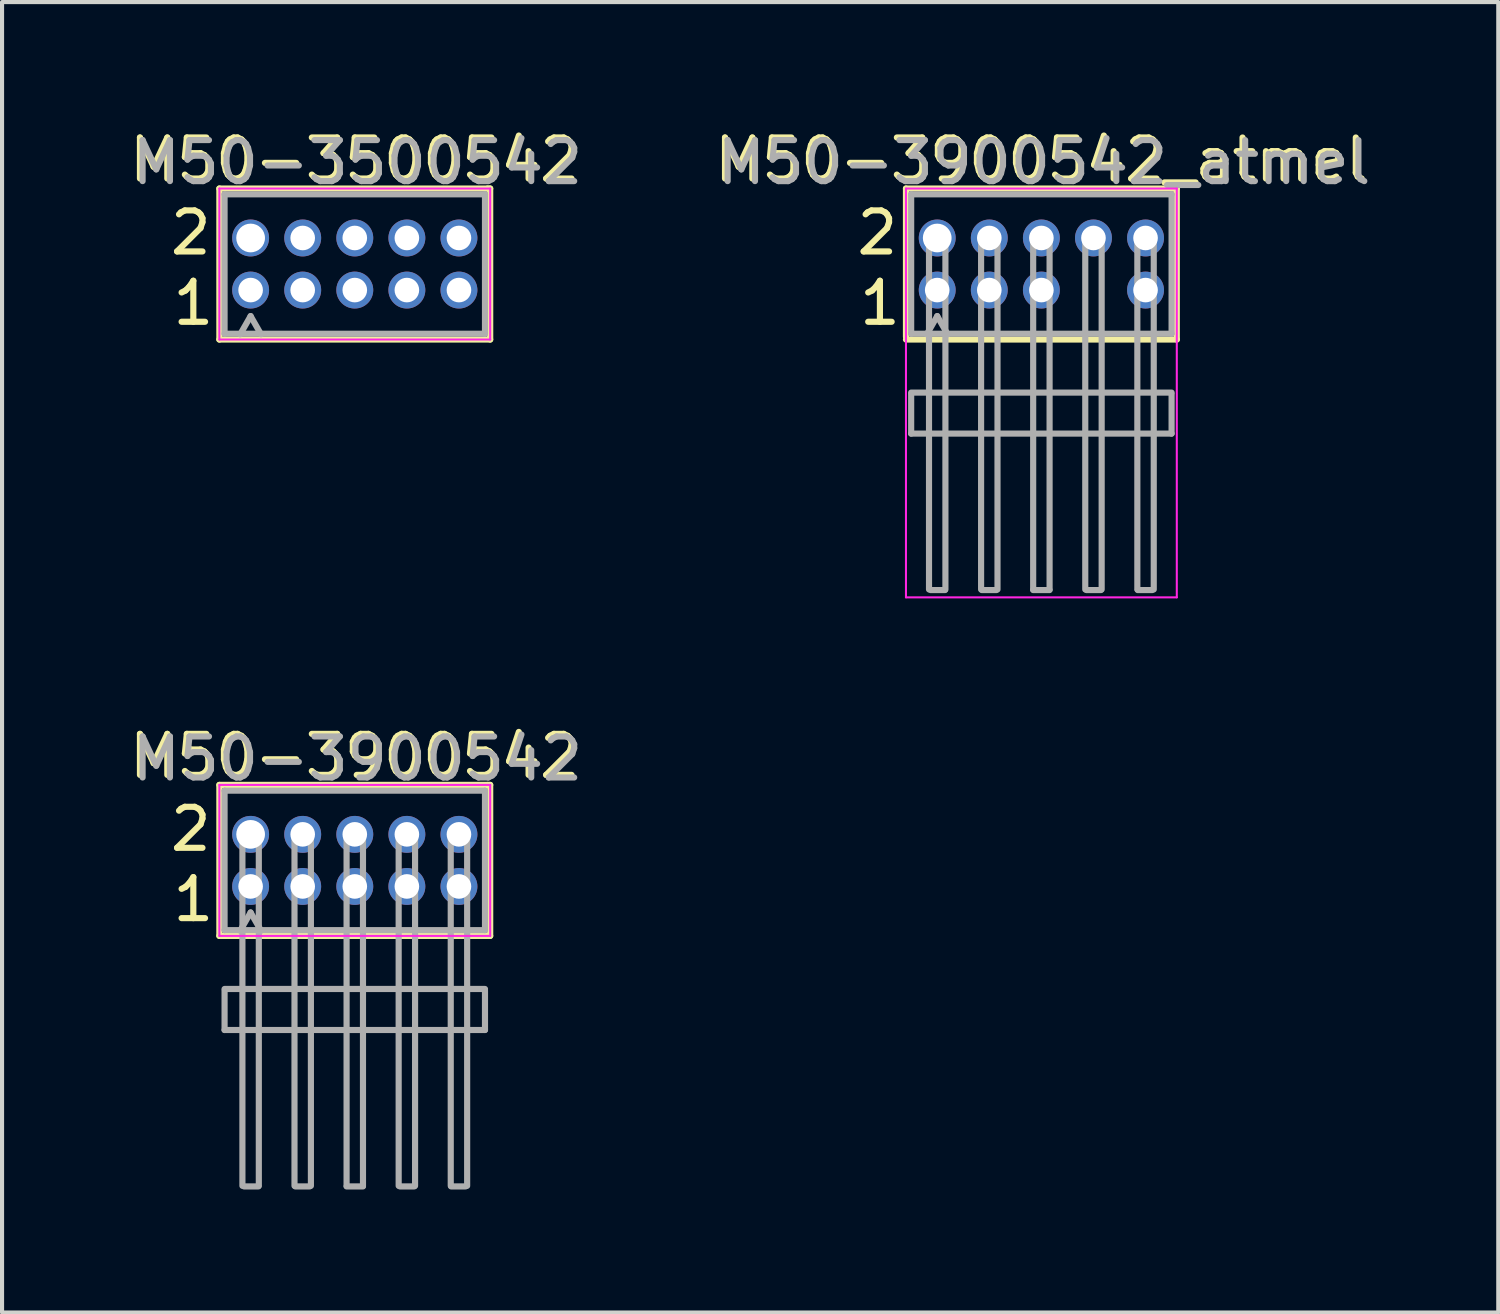
<source format=kicad_pcb>
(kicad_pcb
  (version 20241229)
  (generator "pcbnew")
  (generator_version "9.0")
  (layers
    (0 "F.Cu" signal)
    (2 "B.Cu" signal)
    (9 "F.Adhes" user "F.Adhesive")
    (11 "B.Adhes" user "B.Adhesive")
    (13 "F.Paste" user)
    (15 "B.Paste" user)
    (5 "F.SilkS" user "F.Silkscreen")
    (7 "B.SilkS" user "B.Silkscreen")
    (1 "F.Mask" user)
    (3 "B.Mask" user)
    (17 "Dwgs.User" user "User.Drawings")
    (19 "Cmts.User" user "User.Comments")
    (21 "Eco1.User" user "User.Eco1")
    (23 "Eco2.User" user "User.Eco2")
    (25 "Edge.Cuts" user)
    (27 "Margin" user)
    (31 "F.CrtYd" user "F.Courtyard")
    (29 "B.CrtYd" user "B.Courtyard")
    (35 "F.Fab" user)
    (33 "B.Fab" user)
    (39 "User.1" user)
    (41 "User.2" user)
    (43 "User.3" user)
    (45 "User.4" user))
  (footprint "M50-3500542"
    (layer "F.Cu")
    (at 5.601 3.388)
    (property "Reference" "M50-3500542" (at 0 -2.54 0) (layer "F.SilkS") (effects (font (size 1 1) (thickness 0.15))))
    (attr through_hole)
    (fp_line (start -3.302 -1.841) (end -3.302 1.841) (stroke (width 0.15) (type solid)) (layer "F.SilkS"))
    (fp_line (start -3.302 1.841) (end 3.302 1.841) (stroke (width 0.15) (type solid)) (layer "F.SilkS"))
    (fp_line (start 3.239 -1.841) (end -3.302 -1.841) (stroke (width 0.15) (type solid)) (layer "F.SilkS"))
    (fp_line (start 3.302 -1.841) (end 3.239 -1.841) (stroke (width 0.15) (type solid)) (layer "F.SilkS"))
    (fp_line (start 3.302 1.841) (end 3.302 -1.841) (stroke (width 0.15) (type solid)) (layer "F.SilkS"))
    (fp_line (start -3.302 -1.841) (end -3.302 1.841) (stroke (width 0.05) (type solid)) (layer "F.CrtYd"))
    (fp_line (start -3.302 1.841) (end 3.302 1.841) (stroke (width 0.05) (type solid)) (layer "F.CrtYd"))
    (fp_line (start 3.302 -1.841) (end -3.302 -1.841) (stroke (width 0.05) (type solid)) (layer "F.CrtYd"))
    (fp_line (start 3.302 1.841) (end 3.302 -1.841) (stroke (width 0.05) (type solid)) (layer "F.CrtYd"))
    (fp_line (start -3.175 -1.7) (end 3.175 -1.7) (stroke (width 0.15) (type solid)) (layer "F.Fab"))
    (fp_line (start -3.175 1.7) (end -3.175 -1.7) (stroke (width 0.15) (type solid)) (layer "F.Fab"))
    (fp_line (start -2.54 1.27) (end -2.794 1.714) (stroke (width 0.15) (type solid)) (layer "F.Fab"))
    (fp_line (start -2.54 1.27) (end -2.286 1.714) (stroke (width 0.15) (type solid)) (layer "F.Fab"))
    (fp_line (start 3.175 -1.7) (end 3.175 1.7) (stroke (width 0.15) (type solid)) (layer "F.Fab"))
    (fp_line (start 3.175 1.7) (end -3.175 1.7) (stroke (width 0.15) (type solid)) (layer "F.Fab"))
    (fp_text user "1" (at -3.937 0.953 0) (layer "F.SilkS") (effects (font (size 1 1) (thickness 0.15))))
    (fp_text user "2" (at -4 -0.762 0) (layer "F.SilkS") (effects (font (size 1 1) (thickness 0.15))))
    (fp_text user "${REFERENCE}" (at 0.064 -2.477 0) (layer "F.Fab") (effects (font (size 1 1) (thickness 0.15))))
    (pad "1" thru_hole circle (at -2.54 0.635) (size 0.9 0.9) (drill 0.6) (layers "*.Cu" "*.Mask"))
    (pad "2" thru_hole circle (at -2.54 -0.635) (size 0.9 0.9) (drill 0.7) (layers "*.Cu" "*.Mask"))
    (pad "3" thru_hole circle (at -1.27 0.635) (size 0.9 0.9) (drill 0.6) (layers "*.Cu" "*.Mask"))
    (pad "4" thru_hole circle (at -1.27 -0.635) (size 0.9 0.9) (drill 0.6) (layers "*.Cu" "*.Mask"))
    (pad "5" thru_hole circle (at 0 0.635) (size 0.9 0.9) (drill 0.6) (layers "*.Cu" "*.Mask"))
    (pad "6" thru_hole circle (at 0 -0.635) (size 0.9 0.9) (drill 0.6) (layers "*.Cu" "*.Mask"))
    (pad "7" thru_hole circle (at 1.27 0.635) (size 0.9 0.9) (drill 0.6) (layers "*.Cu" "*.Mask"))
    (pad "8" thru_hole circle (at 1.27 -0.635) (size 0.9 0.9) (drill 0.6) (layers "*.Cu" "*.Mask"))
    (pad "9" thru_hole circle (at 2.54 0.635) (size 0.9 0.9) (drill 0.6) (layers "*.Cu" "*.Mask"))
    (pad "10" thru_hole circle (at 2.54 -0.635) (size 0.9 0.9) (drill 0.6) (layers "*.Cu" "*.Mask")))
  (footprint "M50-3900542_atmel"
    (layer "F.Cu")
    (at 22.343 3.388)
    (property "Reference" "M50-3900542_atmel" (at 0 -2.54 0) (layer "F.SilkS") (effects (font (size 1 1) (thickness 0.15))))
    (attr smd)
    (fp_line (start -3.302 -1.841) (end -3.302 1.778) (stroke (width 0.15) (type solid)) (layer "F.SilkS"))
    (fp_line (start -3.302 1.841) (end 3.302 1.841) (stroke (width 0.15) (type solid)) (layer "F.SilkS"))
    (fp_line (start 3.239 -1.841) (end -3.302 -1.841) (stroke (width 0.15) (type solid)) (layer "F.SilkS"))
    (fp_line (start 3.302 -1.841) (end 3.239 -1.841) (stroke (width 0.15) (type solid)) (layer "F.SilkS"))
    (fp_line (start 3.302 1.841) (end 3.302 -1.841) (stroke (width 0.15) (type solid)) (layer "F.SilkS"))
    (fp_line (start -3.302 -1.841) (end -3.302 8.128) (stroke (width 0.05) (type solid)) (layer "F.CrtYd"))
    (fp_line (start -3.302 8.128) (end 3.302 8.128) (stroke (width 0.05) (type solid)) (layer "F.CrtYd"))
    (fp_line (start 3.302 -1.841) (end -3.302 -1.841) (stroke (width 0.05) (type solid)) (layer "F.CrtYd"))
    (fp_line (start 3.302 8.128) (end 3.302 -1.841) (stroke (width 0.05) (type solid)) (layer "F.CrtYd"))
    (fp_line (start -3.175 -1.7) (end 3.175 -1.7) (stroke (width 0.15) (type solid)) (layer "F.Fab"))
    (fp_line (start -3.175 1.7) (end -3.175 -1.7) (stroke (width 0.15) (type solid)) (layer "F.Fab"))
    (fp_line (start -3.175 3.135) (end 3.175 3.135) (stroke (width 0.15) (type solid)) (layer "F.Fab"))
    (fp_line (start -3.175 3.175) (end -3.175 4.135) (stroke (width 0.15) (type solid)) (layer "F.Fab"))
    (fp_line (start -3.175 4.135) (end 3.175 4.135) (stroke (width 0.15) (type solid)) (layer "F.Fab"))
    (fp_line (start -2.74 -0.635) (end -2.74 7.935) (stroke (width 0.15) (type solid)) (layer "F.Fab"))
    (fp_line (start -2.7 7.95) (end -2.35 7.95) (stroke (width 0.15) (type solid)) (layer "F.Fab"))
    (fp_line (start -2.54 1.27) (end -2.794 1.714) (stroke (width 0.15) (type solid)) (layer "F.Fab"))
    (fp_line (start -2.54 1.27) (end -2.286 1.714) (stroke (width 0.15) (type solid)) (layer "F.Fab"))
    (fp_line (start -2.34 -0.635) (end -2.34 7.935) (stroke (width 0.15) (type solid)) (layer "F.Fab"))
    (fp_line (start -1.47 -0.635) (end -1.47 7.935) (stroke (width 0.15) (type solid)) (layer "F.Fab"))
    (fp_line (start -1.45 7.95) (end -1.1 7.95) (stroke (width 0.15) (type solid)) (layer "F.Fab"))
    (fp_line (start -1.07 -0.635) (end -1.07 7.935) (stroke (width 0.15) (type solid)) (layer "F.Fab"))
    (fp_line (start -0.2 -0.635) (end -0.2 7.935) (stroke (width 0.15) (type solid)) (layer "F.Fab"))
    (fp_line (start -0.2 7.95) (end 0.2 7.95) (stroke (width 0.15) (type solid)) (layer "F.Fab"))
    (fp_line (start 0.2 -0.635) (end 0.2 7.935) (stroke (width 0.15) (type solid)) (layer "F.Fab"))
    (fp_line (start 1.07 -0.635) (end 1.07 7.935) (stroke (width 0.15) (type solid)) (layer "F.Fab"))
    (fp_line (start 1.1 7.95) (end 1.45 7.95) (stroke (width 0.15) (type solid)) (layer "F.Fab"))
    (fp_line (start 1.47 -0.635) (end 1.47 7.935) (stroke (width 0.15) (type solid)) (layer "F.Fab"))
    (fp_line (start 2.34 -0.635) (end 2.34 7.935) (stroke (width 0.15) (type solid)) (layer "F.Fab"))
    (fp_line (start 2.35 7.95) (end 2.7 7.95) (stroke (width 0.15) (type solid)) (layer "F.Fab"))
    (fp_line (start 2.74 -0.635) (end 2.74 7.935) (stroke (width 0.15) (type solid)) (layer "F.Fab"))
    (fp_line (start 3.175 -1.7) (end 3.175 1.7) (stroke (width 0.15) (type solid)) (layer "F.Fab"))
    (fp_line (start 3.175 1.7) (end -3.175 1.7) (stroke (width 0.15) (type solid)) (layer "F.Fab"))
    (fp_line (start 3.175 3.175) (end 3.175 4.135) (stroke (width 0.15) (type solid)) (layer "F.Fab"))
    (fp_text user "2" (at -4 -0.762 0) (layer "F.SilkS") (effects (font (size 1 1) (thickness 0.15))))
    (fp_text user "1" (at -3.937 0.953 0) (layer "F.SilkS") (effects (font (size 1 1) (thickness 0.15))))
    (fp_text user "${REFERENCE}" (at 0.064 -2.477 0) (layer "F.Fab") (effects (font (size 1 1) (thickness 0.15))))
    (pad "1" thru_hole circle (at -2.54 0.635) (size 0.9 0.9) (drill 0.6) (layers "*.Cu" "*.Mask"))
    (pad "2" thru_hole circle (at -2.54 -0.635) (size 0.9 0.9) (drill 0.7) (layers "*.Cu" "*.Mask"))
    (pad "3" thru_hole circle (at -1.27 0.635) (size 0.9 0.9) (drill 0.6) (layers "*.Cu" "*.Mask"))
    (pad "4" thru_hole circle (at -1.27 -0.635) (size 0.9 0.9) (drill 0.6) (layers "*.Cu" "*.Mask"))
    (pad "5" thru_hole circle (at 0 0.635) (size 0.9 0.9) (drill 0.6) (layers "*.Cu" "*.Mask"))
    (pad "6" thru_hole circle (at 0 -0.635) (size 0.9 0.9) (drill 0.6) (layers "*.Cu" "*.Mask"))
    (pad "8" thru_hole circle (at 1.27 -0.635) (size 0.9 0.9) (drill 0.6) (layers "*.Cu" "*.Mask"))
    (pad "9" thru_hole circle (at 2.54 0.635) (size 0.9 0.9) (drill 0.6) (layers "*.Cu" "*.Mask"))
    (pad "10" thru_hole circle (at 2.54 -0.635) (size 0.9 0.9) (drill 0.6) (layers "*.Cu" "*.Mask")))
  (footprint "M50-3900542"
    (layer "F.Cu")
    (at 5.601 17.93)
    (property "Reference" "M50-3900542" (at 0 -2.54 0) (layer "F.SilkS") (effects (font (size 1 1) (thickness 0.15))))
    (attr smd)
    (fp_line (start -3.302 -1.841) (end -3.302 1.841) (stroke (width 0.15) (type solid)) (layer "F.SilkS"))
    (fp_line (start -3.302 1.841) (end 3.302 1.841) (stroke (width 0.15) (type solid)) (layer "F.SilkS"))
    (fp_line (start 3.239 -1.841) (end -3.302 -1.841) (stroke (width 0.15) (type solid)) (layer "F.SilkS"))
    (fp_line (start 3.302 -1.841) (end 3.239 -1.841) (stroke (width 0.15) (type solid)) (layer "F.SilkS"))
    (fp_line (start 3.302 1.841) (end 3.302 -1.841) (stroke (width 0.15) (type solid)) (layer "F.SilkS"))
    (fp_line (start -3.302 -1.841) (end -3.302 1.841) (stroke (width 0.05) (type solid)) (layer "F.CrtYd"))
    (fp_line (start -3.302 1.841) (end 3.302 1.841) (stroke (width 0.05) (type solid)) (layer "F.CrtYd"))
    (fp_line (start 3.302 -1.841) (end -3.302 -1.841) (stroke (width 0.05) (type solid)) (layer "F.CrtYd"))
    (fp_line (start 3.302 1.841) (end 3.302 -1.841) (stroke (width 0.05) (type solid)) (layer "F.CrtYd"))
    (fp_line (start -3.175 -1.7) (end 3.175 -1.7) (stroke (width 0.15) (type solid)) (layer "F.Fab"))
    (fp_line (start -3.175 1.7) (end -3.175 -1.7) (stroke (width 0.15) (type solid)) (layer "F.Fab"))
    (fp_line (start -3.175 3.135) (end 3.175 3.135) (stroke (width 0.15) (type solid)) (layer "F.Fab"))
    (fp_line (start -3.175 3.175) (end -3.175 4.135) (stroke (width 0.15) (type solid)) (layer "F.Fab"))
    (fp_line (start -3.175 4.135) (end 3.175 4.135) (stroke (width 0.15) (type solid)) (layer "F.Fab"))
    (fp_line (start -2.74 -0.635) (end -2.74 7.935) (stroke (width 0.15) (type solid)) (layer "F.Fab"))
    (fp_line (start -2.7 7.95) (end -2.35 7.95) (stroke (width 0.15) (type solid)) (layer "F.Fab"))
    (fp_line (start -2.54 1.27) (end -2.794 1.714) (stroke (width 0.15) (type solid)) (layer "F.Fab"))
    (fp_line (start -2.54 1.27) (end -2.286 1.714) (stroke (width 0.15) (type solid)) (layer "F.Fab"))
    (fp_line (start -2.34 -0.635) (end -2.34 7.935) (stroke (width 0.15) (type solid)) (layer "F.Fab"))
    (fp_line (start -1.47 -0.635) (end -1.47 7.935) (stroke (width 0.15) (type solid)) (layer "F.Fab"))
    (fp_line (start -1.45 7.95) (end -1.1 7.95) (stroke (width 0.15) (type solid)) (layer "F.Fab"))
    (fp_line (start -1.07 -0.635) (end -1.07 7.935) (stroke (width 0.15) (type solid)) (layer "F.Fab"))
    (fp_line (start -0.2 -0.635) (end -0.2 7.935) (stroke (width 0.15) (type solid)) (layer "F.Fab"))
    (fp_line (start -0.2 7.95) (end 0.2 7.95) (stroke (width 0.15) (type solid)) (layer "F.Fab"))
    (fp_line (start 0.2 -0.635) (end 0.2 7.935) (stroke (width 0.15) (type solid)) (layer "F.Fab"))
    (fp_line (start 1.07 -0.635) (end 1.07 7.935) (stroke (width 0.15) (type solid)) (layer "F.Fab"))
    (fp_line (start 1.1 7.95) (end 1.45 7.95) (stroke (width 0.15) (type solid)) (layer "F.Fab"))
    (fp_line (start 1.47 -0.635) (end 1.47 7.935) (stroke (width 0.15) (type solid)) (layer "F.Fab"))
    (fp_line (start 2.34 -0.635) (end 2.34 7.935) (stroke (width 0.15) (type solid)) (layer "F.Fab"))
    (fp_line (start 2.35 7.95) (end 2.7 7.95) (stroke (width 0.15) (type solid)) (layer "F.Fab"))
    (fp_line (start 2.74 -0.635) (end 2.74 7.935) (stroke (width 0.15) (type solid)) (layer "F.Fab"))
    (fp_line (start 3.175 -1.7) (end 3.175 1.7) (stroke (width 0.15) (type solid)) (layer "F.Fab"))
    (fp_line (start 3.175 1.7) (end -3.175 1.7) (stroke (width 0.15) (type solid)) (layer "F.Fab"))
    (fp_line (start 3.175 3.175) (end 3.175 4.135) (stroke (width 0.15) (type solid)) (layer "F.Fab"))
    (fp_text user "1" (at -3.937 0.953 0) (layer "F.SilkS") (effects (font (size 1 1) (thickness 0.15))))
    (fp_text user "2" (at -4 -0.762 0) (layer "F.SilkS") (effects (font (size 1 1) (thickness 0.15))))
    (fp_text user "${REFERENCE}" (at 0.064 -2.477 0) (layer "F.Fab") (effects (font (size 1 1) (thickness 0.15))))
    (pad "1" thru_hole circle (at -2.54 0.635) (size 0.9 0.9) (drill 0.6) (layers "*.Cu" "*.Mask"))
    (pad "2" thru_hole circle (at -2.54 -0.635) (size 0.9 0.9) (drill 0.7) (layers "*.Cu" "*.Mask"))
    (pad "3" thru_hole circle (at -1.27 0.635) (size 0.9 0.9) (drill 0.6) (layers "*.Cu" "*.Mask"))
    (pad "4" thru_hole circle (at -1.27 -0.635) (size 0.9 0.9) (drill 0.6) (layers "*.Cu" "*.Mask"))
    (pad "5" thru_hole circle (at 0 0.635) (size 0.9 0.9) (drill 0.6) (layers "*.Cu" "*.Mask"))
    (pad "6" thru_hole circle (at 0 -0.635) (size 0.9 0.9) (drill 0.6) (layers "*.Cu" "*.Mask"))
    (pad "7" thru_hole circle (at 1.27 0.635) (size 0.9 0.9) (drill 0.6) (layers "*.Cu" "*.Mask"))
    (pad "8" thru_hole circle (at 1.27 -0.635) (size 0.9 0.9) (drill 0.6) (layers "*.Cu" "*.Mask"))
    (pad "9" thru_hole circle (at 2.54 0.635) (size 0.9 0.9) (drill 0.6) (layers "*.Cu" "*.Mask"))
    (pad "10" thru_hole circle (at 2.54 -0.635) (size 0.9 0.9) (drill 0.6) (layers "*.Cu" "*.Mask")))
  (gr_rect
    (start -3 -3)
    (end 33.484 28.954)
    (stroke (width 0.1) (type default))
    (fill no)
    (layer "Edge.Cuts")))
</source>
